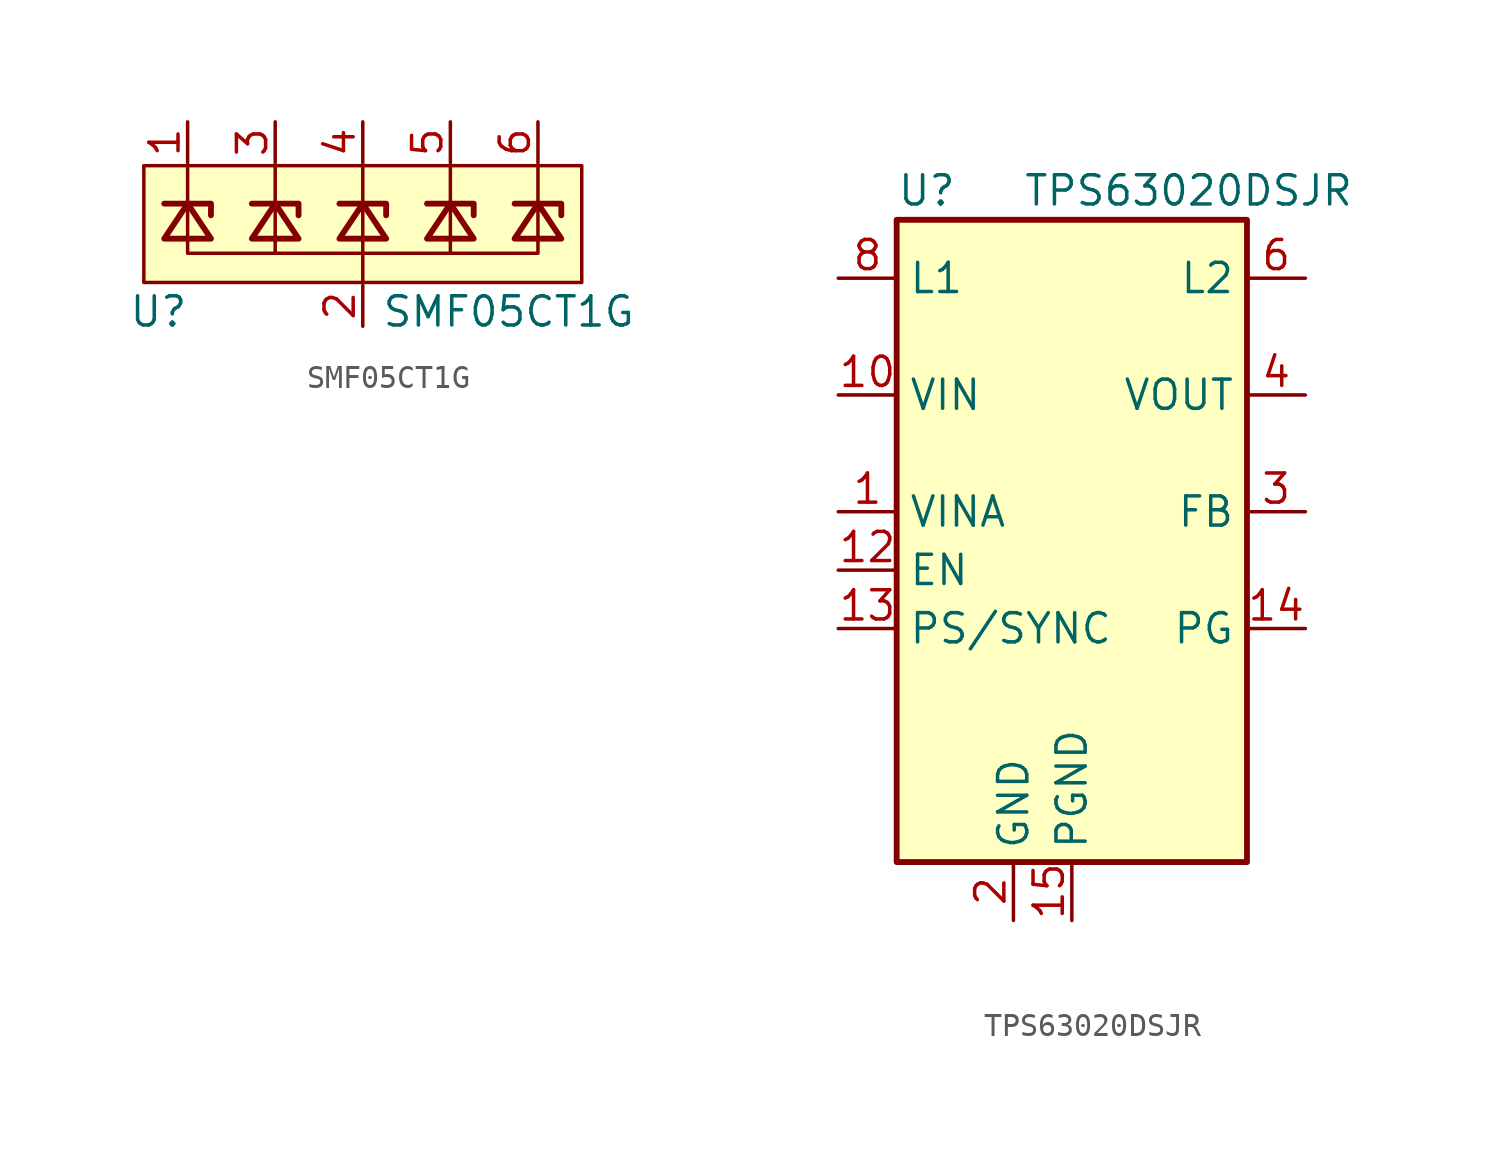
<source format=kicad_sym>
(kicad_symbol_lib
  (version 20211014)
  (generator kicad_symbol_editor)
  (symbol "SMF05CT1G"
    (pin_names
      (offset 0.254) hide)
    (property "Reference" "U"
      (at -8.89 -3.175 0)
      (effects (font (size 1.27 1.27))))
    (property "Value" "SMF05CT1G"
      (at 6.35 -3.175 0)
      (effects (font (size 1.27 1.27))))
    (symbol "SMF05CT1G_0_1"
      (rectangle (start -9.525 3.175) (end 9.525 -1.905) (stroke (width 0) (type default) (color 0 0 0 0)) (fill (type background)))
      (polyline (pts (xy -7.62 0) (xy -7.62 1.524)) (stroke (width 0) (type default) (color 0 0 0 0)) (fill (type none)))
      (polyline (pts (xy -7.62 1.27) (xy -7.62 3.175)) (stroke (width 0) (type default) (color 0 0 0 0)) (fill (type none)))
      (polyline (pts (xy -3.81 0) (xy -3.81 -0.635)) (stroke (width 0) (type default) (color 0 0 0 0)) (fill (type none)))
      (polyline (pts (xy -3.81 0) (xy -3.81 1.524)) (stroke (width 0) (type default) (color 0 0 0 0)) (fill (type none)))
      (polyline (pts (xy -3.81 1.27) (xy -3.81 3.175)) (stroke (width 0) (type default) (color 0 0 0 0)) (fill (type none)))
      (polyline (pts (xy 0 -1.905) (xy 0 0)) (stroke (width 0) (type default) (color 0 0 0 0)) (fill (type none)))
      (polyline (pts (xy 0 0) (xy 0 1.524)) (stroke (width 0) (type default) (color 0 0 0 0)) (fill (type none)))
      (polyline (pts (xy 0 1.27) (xy 0 3.175)) (stroke (width 0) (type default) (color 0 0 0 0)) (fill (type none)))
      (polyline (pts (xy 3.81 0) (xy 3.81 -0.635)) (stroke (width 0) (type default) (color 0 0 0 0)) (fill (type none)))
      (polyline (pts (xy 3.81 0) (xy 3.81 1.524)) (stroke (width 0) (type default) (color 0 0 0 0)) (fill (type none)))
      (polyline (pts (xy 3.81 1.27) (xy 3.81 3.175)) (stroke (width 0) (type default) (color 0 0 0 0)) (fill (type none)))
      (polyline (pts (xy 7.62 0) (xy 7.62 1.524)) (stroke (width 0) (type default) (color 0 0 0 0)) (fill (type none)))
      (polyline (pts (xy 7.62 1.27) (xy 7.62 3.175)) (stroke (width 0) (type default) (color 0 0 0 0)) (fill (type none)))
      (polyline (pts (xy -6.604 1.016) (xy -6.604 1.524) (xy -8.636 1.524)) (stroke (width 0.254) (type default) (color 0 0 0 0)) (fill (type none)))
      (polyline (pts (xy -2.794 1.016) (xy -2.794 1.524) (xy -4.826 1.524)) (stroke (width 0.254) (type default) (color 0 0 0 0)) (fill (type none)))
      (polyline (pts (xy 1.016 1.016) (xy 1.016 1.524) (xy -1.016 1.524)) (stroke (width 0.254) (type default) (color 0 0 0 0)) (fill (type none)))
      (polyline (pts (xy 4.826 1.016) (xy 4.826 1.524) (xy 2.794 1.524)) (stroke (width 0.254) (type default) (color 0 0 0 0)) (fill (type none)))
      (polyline (pts (xy 8.636 1.016) (xy 8.636 1.524) (xy 6.604 1.524)) (stroke (width 0.254) (type default) (color 0 0 0 0)) (fill (type none)))
      (polyline (pts (xy -6.604 0) (xy -7.62 1.524) (xy -8.636 0) (xy -6.604 0)) (stroke (width 0.254) (type default) (color 0 0 0 0)) (fill (type none)))
      (polyline (pts (xy -2.794 0) (xy -3.81 1.524) (xy -4.826 0) (xy -2.794 0)) (stroke (width 0.254) (type default) (color 0 0 0 0)) (fill (type none)))
      (polyline (pts (xy 1.016 0) (xy 0 1.524) (xy -1.016 0) (xy 1.016 0)) (stroke (width 0.254) (type default) (color 0 0 0 0)) (fill (type none)))
      (polyline (pts (xy 4.826 0) (xy 3.81 1.524) (xy 2.794 0) (xy 4.826 0)) (stroke (width 0.254) (type default) (color 0 0 0 0)) (fill (type none)))
      (polyline (pts (xy 8.636 0) (xy 7.62 1.524) (xy 6.604 0) (xy 8.636 0)) (stroke (width 0.254) (type default) (color 0 0 0 0)) (fill (type none)))
      (polyline (pts (xy -7.62 0) (xy -7.62 -0.635) (xy 0 -0.635) (xy 7.62 -0.635) (xy 7.62 0)) (stroke (width 0) (type default) (color 0 0 0 0)) (fill (type none))))
    (symbol "SMF05CT1G_1_1"
      (pin passive line (at -7.62 5.08 270) (length 1.778) (name "K" (effects (font (size 1.27 1.27)))) (number "1" (effects (font (size 1.27 1.27)))))
      (pin passive line (at 0 -3.81 90) (length 1.778) (name "A" (effects (font (size 1.27 1.27)))) (number "2" (effects (font (size 1.27 1.27)))))
      (pin passive line (at -3.81 5.08 270) (length 1.778) (name "K" (effects (font (size 1.27 1.27)))) (number "3" (effects (font (size 1.27 1.27)))))
      (pin passive line (at 0 5.08 270) (length 1.778) (name "K" (effects (font (size 1.27 1.27)))) (number "4" (effects (font (size 1.27 1.27)))))
      (pin passive line (at 3.81 5.08 270) (length 1.778) (name "K" (effects (font (size 1.27 1.27)))) (number "5" (effects (font (size 1.27 1.27)))))
      (pin passive line (at 7.62 5.08 270) (length 1.778) (name "K" (effects (font (size 1.27 1.27)))) (number "6" (effects (font (size 1.27 1.27)))))))
  (symbol "TPS63020DSJR"
    (property "Reference" "U"
      (at -7.62 13.97 0)
      (effects (font (size 1.27 1.27)) (justify left)))
    (property "Value" "TPS63020DSJR"
      (at 5.08 13.97 0)
      (effects (font (size 1.27 1.27))))
    (symbol "TPS63020DSJR_0_1"
      (rectangle (start -7.62 12.7) (end 7.62 -15.24) (stroke (width 0.254) (type default) (color 0 0 0 0)) (fill (type background))))
    (symbol "TPS63020DSJR_1_1"
      (pin power_in line (at -10.16 0 0) (length 2.54) (name "VINA" (effects (font (size 1.27 1.27)))) (number "1" (effects (font (size 1.27 1.27)))))
      (pin power_in line (at -10.16 5.08 0) (length 2.54) (name "VIN" (effects (font (size 1.27 1.27)))) (number "10" (effects (font (size 1.27 1.27)))))
      (pin passive line (at -10.16 5.08 0) (length 2.54) hide (name "VIN" (effects (font (size 1.27 1.27)))) (number "11" (effects (font (size 1.27 1.27)))))
      (pin input line (at -10.16 -2.54 0) (length 2.54) (name "EN" (effects (font (size 1.27 1.27)))) (number "12" (effects (font (size 1.27 1.27)))))
      (pin input line (at -10.16 -5.08 0) (length 2.54) (name "PS/SYNC" (effects (font (size 1.27 1.27)))) (number "13" (effects (font (size 1.27 1.27)))))
      (pin output line (at 10.16 -5.08 180) (length 2.54) (name "PG" (effects (font (size 1.27 1.27)))) (number "14" (effects (font (size 1.27 1.27)))))
      (pin power_in line (at 0 -17.78 90) (length 2.54) (name "PGND" (effects (font (size 1.27 1.27)))) (number "15" (effects (font (size 1.27 1.27)))))
      (pin power_in line (at -2.54 -17.78 90) (length 2.54) (name "GND" (effects (font (size 1.27 1.27)))) (number "2" (effects (font (size 1.27 1.27)))))
      (pin input line (at 10.16 0 180) (length 2.54) (name "FB" (effects (font (size 1.27 1.27)))) (number "3" (effects (font (size 1.27 1.27)))))
      (pin power_out line (at 10.16 5.08 180) (length 2.54) (name "VOUT" (effects (font (size 1.27 1.27)))) (number "4" (effects (font (size 1.27 1.27)))))
      (pin passive line (at 10.16 5.08 180) (length 2.54) hide (name "VOUT" (effects (font (size 1.27 1.27)))) (number "5" (effects (font (size 1.27 1.27)))))
      (pin bidirectional line (at 10.16 10.16 180) (length 2.54) (name "L2" (effects (font (size 1.27 1.27)))) (number "6" (effects (font (size 1.27 1.27)))))
      (pin passive line (at 10.16 10.16 180) (length 2.54) hide (name "L2" (effects (font (size 1.27 1.27)))) (number "7" (effects (font (size 1.27 1.27)))))
      (pin bidirectional line (at -10.16 10.16 0) (length 2.54) (name "L1" (effects (font (size 1.27 1.27)))) (number "8" (effects (font (size 1.27 1.27)))))
      (pin passive line (at -10.16 10.16 0) (length 2.54) hide (name "L1" (effects (font (size 1.27 1.27)))) (number "9" (effects (font (size 1.27 1.27))))))))
</source>
